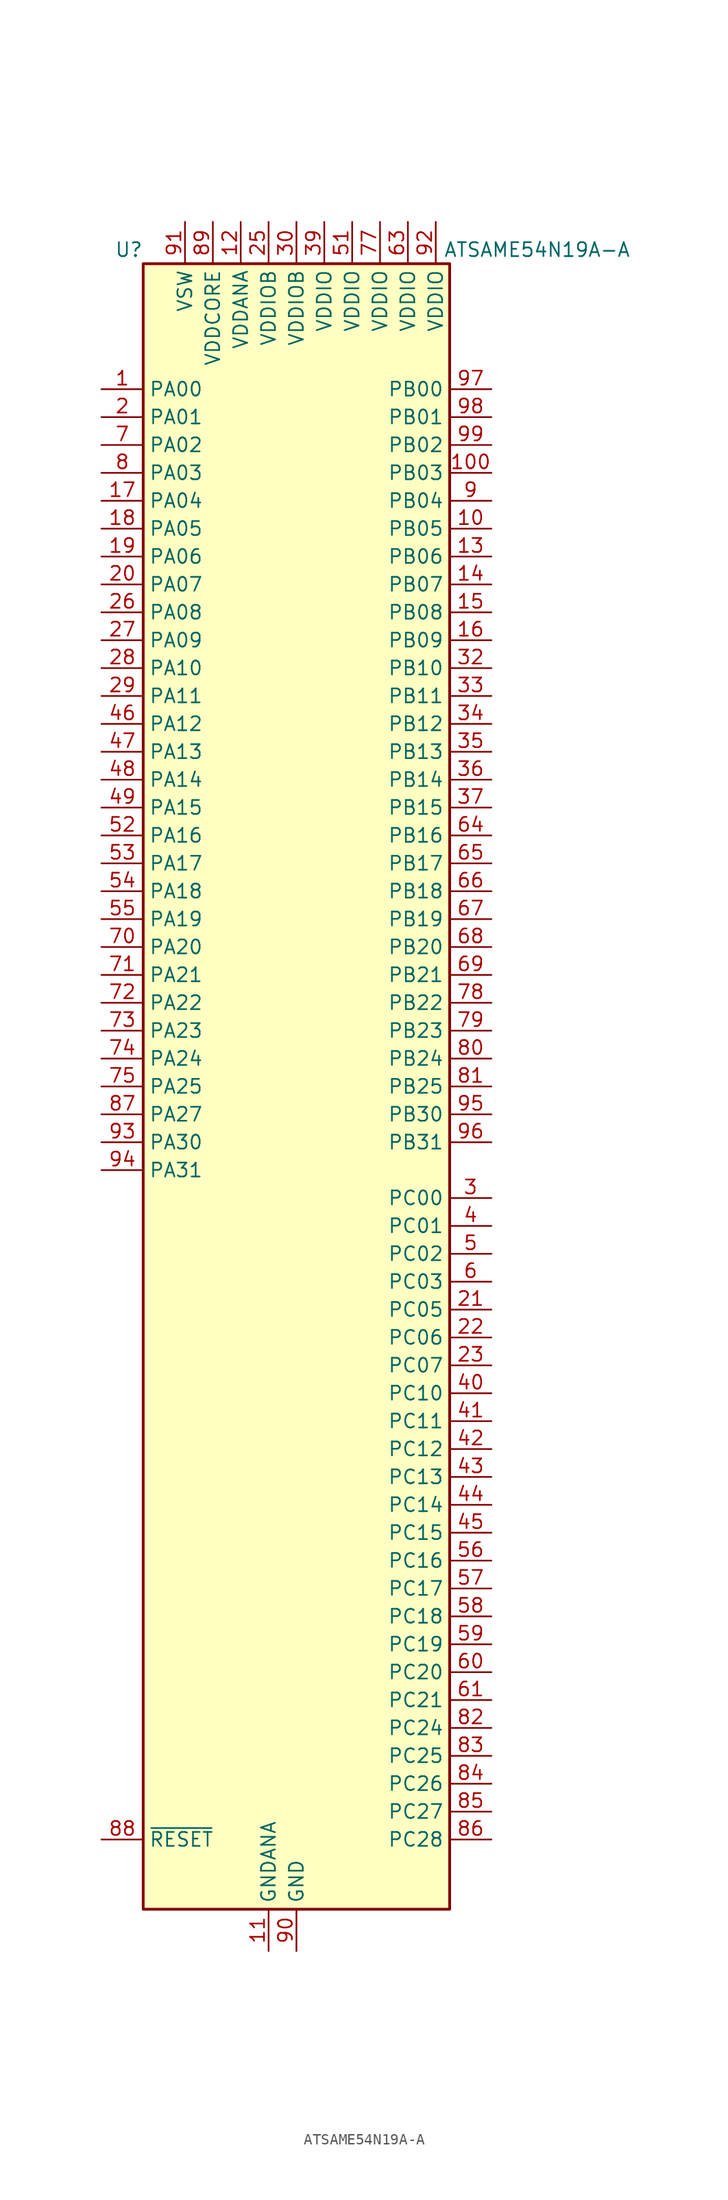
<source format=kicad_sym>
(kicad_symbol_lib
  (version 20241209)
  (generator "kicad_symbol_editor")
  (generator_version "9.0")
  (symbol "ATSAME54N19A-A"
    (property "Reference" "U"
      (at -13.97 76.2 0)
      (effects (font (size 1.27 1.27)) (justify right)))
    (property "Value" "ATSAME54N19A-A"
      (at 30.48 76.2 0)
      (effects (font (size 1.27 1.27)) (justify right)))
    (symbol "ATSAME54N19A-A_1_1"
      (rectangle (start -13.97 74.93) (end 13.97 -74.93) (stroke (width 0.254) (type default)) (fill (type background)))
      (pin bidirectional line (at -17.78 63.5 0) (length 3.81) (name "PA00" (effects (font (size 1.27 1.27)))) (number "1" (effects (font (size 1.27 1.27)))))
      (pin bidirectional line (at -17.78 60.96 0) (length 3.81) (name "PA01" (effects (font (size 1.27 1.27)))) (number "2" (effects (font (size 1.27 1.27)))))
      (pin bidirectional line (at -17.78 58.42 0) (length 3.81) (name "PA02" (effects (font (size 1.27 1.27)))) (number "7" (effects (font (size 1.27 1.27)))))
      (pin bidirectional line (at -17.78 55.88 0) (length 3.81) (name "PA03" (effects (font (size 1.27 1.27)))) (number "8" (effects (font (size 1.27 1.27)))))
      (pin bidirectional line (at -17.78 53.34 0) (length 3.81) (name "PA04" (effects (font (size 1.27 1.27)))) (number "17" (effects (font (size 1.27 1.27)))))
      (pin bidirectional line (at -17.78 50.8 0) (length 3.81) (name "PA05" (effects (font (size 1.27 1.27)))) (number "18" (effects (font (size 1.27 1.27)))))
      (pin bidirectional line (at -17.78 48.26 0) (length 3.81) (name "PA06" (effects (font (size 1.27 1.27)))) (number "19" (effects (font (size 1.27 1.27)))))
      (pin bidirectional line (at -17.78 45.72 0) (length 3.81) (name "PA07" (effects (font (size 1.27 1.27)))) (number "20" (effects (font (size 1.27 1.27)))))
      (pin bidirectional line (at -17.78 43.18 0) (length 3.81) (name "PA08" (effects (font (size 1.27 1.27)))) (number "26" (effects (font (size 1.27 1.27)))))
      (pin bidirectional line (at -17.78 40.64 0) (length 3.81) (name "PA09" (effects (font (size 1.27 1.27)))) (number "27" (effects (font (size 1.27 1.27)))))
      (pin bidirectional line (at -17.78 38.1 0) (length 3.81) (name "PA10" (effects (font (size 1.27 1.27)))) (number "28" (effects (font (size 1.27 1.27)))))
      (pin bidirectional line (at -17.78 35.56 0) (length 3.81) (name "PA11" (effects (font (size 1.27 1.27)))) (number "29" (effects (font (size 1.27 1.27)))))
      (pin bidirectional line (at -17.78 33.02 0) (length 3.81) (name "PA12" (effects (font (size 1.27 1.27)))) (number "46" (effects (font (size 1.27 1.27)))))
      (pin bidirectional line (at -17.78 30.48 0) (length 3.81) (name "PA13" (effects (font (size 1.27 1.27)))) (number "47" (effects (font (size 1.27 1.27)))))
      (pin bidirectional line (at -17.78 27.94 0) (length 3.81) (name "PA14" (effects (font (size 1.27 1.27)))) (number "48" (effects (font (size 1.27 1.27)))))
      (pin bidirectional line (at -17.78 25.4 0) (length 3.81) (name "PA15" (effects (font (size 1.27 1.27)))) (number "49" (effects (font (size 1.27 1.27)))))
      (pin bidirectional line (at -17.78 22.86 0) (length 3.81) (name "PA16" (effects (font (size 1.27 1.27)))) (number "52" (effects (font (size 1.27 1.27)))))
      (pin bidirectional line (at -17.78 20.32 0) (length 3.81) (name "PA17" (effects (font (size 1.27 1.27)))) (number "53" (effects (font (size 1.27 1.27)))))
      (pin bidirectional line (at -17.78 17.78 0) (length 3.81) (name "PA18" (effects (font (size 1.27 1.27)))) (number "54" (effects (font (size 1.27 1.27)))))
      (pin bidirectional line (at -17.78 15.24 0) (length 3.81) (name "PA19" (effects (font (size 1.27 1.27)))) (number "55" (effects (font (size 1.27 1.27)))))
      (pin bidirectional line (at -17.78 12.7 0) (length 3.81) (name "PA20" (effects (font (size 1.27 1.27)))) (number "70" (effects (font (size 1.27 1.27)))))
      (pin bidirectional line (at -17.78 10.16 0) (length 3.81) (name "PA21" (effects (font (size 1.27 1.27)))) (number "71" (effects (font (size 1.27 1.27)))))
      (pin bidirectional line (at -17.78 7.62 0) (length 3.81) (name "PA22" (effects (font (size 1.27 1.27)))) (number "72" (effects (font (size 1.27 1.27)))))
      (pin bidirectional line (at -17.78 5.08 0) (length 3.81) (name "PA23" (effects (font (size 1.27 1.27)))) (number "73" (effects (font (size 1.27 1.27)))))
      (pin bidirectional line (at -17.78 2.54 0) (length 3.81) (name "PA24" (effects (font (size 1.27 1.27)))) (number "74" (effects (font (size 1.27 1.27)))))
      (pin bidirectional line (at -17.78 0 0) (length 3.81) (name "PA25" (effects (font (size 1.27 1.27)))) (number "75" (effects (font (size 1.27 1.27)))))
      (pin bidirectional line (at -17.78 -2.54 0) (length 3.81) (name "PA27" (effects (font (size 1.27 1.27)))) (number "87" (effects (font (size 1.27 1.27)))))
      (pin bidirectional line (at -17.78 -5.08 0) (length 3.81) (name "PA30" (effects (font (size 1.27 1.27)))) (number "93" (effects (font (size 1.27 1.27)))))
      (pin bidirectional line (at -17.78 -7.62 0) (length 3.81) (name "PA31" (effects (font (size 1.27 1.27)))) (number "94" (effects (font (size 1.27 1.27)))))
      (pin input line (at -17.78 -68.58 0) (length 3.81) (name "~{RESET}" (effects (font (size 1.27 1.27)))) (number "88" (effects (font (size 1.27 1.27)))))
      (pin power_in line (at -10.16 78.74 270) (length 3.81) (name "VSW" (effects (font (size 1.27 1.27)))) (number "91" (effects (font (size 1.27 1.27)))))
      (pin power_out line (at -7.62 78.74 270) (length 3.81) (name "VDDCORE" (effects (font (size 1.27 1.27)))) (number "89" (effects (font (size 1.27 1.27)))))
      (pin power_in line (at -5.08 78.74 270) (length 3.81) (name "VDDANA" (effects (font (size 1.27 1.27)))) (number "12" (effects (font (size 1.27 1.27)))))
      (pin power_in line (at -2.54 78.74 270) (length 3.81) (name "VDDIOB" (effects (font (size 1.27 1.27)))) (number "25" (effects (font (size 1.27 1.27)))))
      (pin power_in line (at -2.54 -78.74 90) (length 3.81) (name "GNDANA" (effects (font (size 1.27 1.27)))) (number "11" (effects (font (size 1.27 1.27)))))
      (pin power_in line (at 0 78.74 270) (length 3.81) (name "VDDIOB" (effects (font (size 1.27 1.27)))) (number "30" (effects (font (size 1.27 1.27)))))
      (pin passive line (at 0 -78.74 90) (length 3.81) (hide yes) (name "GND" (effects (font (size 1.27 1.27)))) (number "24" (effects (font (size 1.27 1.27)))))
      (pin passive line (at 0 -78.74 90) (length 3.81) (hide yes) (name "GND" (effects (font (size 1.27 1.27)))) (number "31" (effects (font (size 1.27 1.27)))))
      (pin passive line (at 0 -78.74 90) (length 3.81) (hide yes) (name "GND" (effects (font (size 1.27 1.27)))) (number "38" (effects (font (size 1.27 1.27)))))
      (pin passive line (at 0 -78.74 90) (length 3.81) (hide yes) (name "GND" (effects (font (size 1.27 1.27)))) (number "50" (effects (font (size 1.27 1.27)))))
      (pin passive line (at 0 -78.74 90) (length 3.81) (hide yes) (name "GND" (effects (font (size 1.27 1.27)))) (number "62" (effects (font (size 1.27 1.27)))))
      (pin passive line (at 0 -78.74 90) (length 3.81) (hide yes) (name "GND" (effects (font (size 1.27 1.27)))) (number "76" (effects (font (size 1.27 1.27)))))
      (pin power_in line (at 0 -78.74 90) (length 3.81) (name "GND" (effects (font (size 1.27 1.27)))) (number "90" (effects (font (size 1.27 1.27)))))
      (pin power_in line (at 2.54 78.74 270) (length 3.81) (name "VDDIO" (effects (font (size 1.27 1.27)))) (number "39" (effects (font (size 1.27 1.27)))))
      (pin power_in line (at 5.08 78.74 270) (length 3.81) (name "VDDIO" (effects (font (size 1.27 1.27)))) (number "51" (effects (font (size 1.27 1.27)))))
      (pin power_in line (at 7.62 78.74 270) (length 3.81) (name "VDDIO" (effects (font (size 1.27 1.27)))) (number "77" (effects (font (size 1.27 1.27)))))
      (pin power_in line (at 10.16 78.74 270) (length 3.81) (name "VDDIO" (effects (font (size 1.27 1.27)))) (number "63" (effects (font (size 1.27 1.27)))))
      (pin power_in line (at 12.7 78.74 270) (length 3.81) (name "VDDIO" (effects (font (size 1.27 1.27)))) (number "92" (effects (font (size 1.27 1.27)))))
      (pin bidirectional line (at 17.78 63.5 180) (length 3.81) (name "PB00" (effects (font (size 1.27 1.27)))) (number "97" (effects (font (size 1.27 1.27)))))
      (pin bidirectional line (at 17.78 60.96 180) (length 3.81) (name "PB01" (effects (font (size 1.27 1.27)))) (number "98" (effects (font (size 1.27 1.27)))))
      (pin bidirectional line (at 17.78 58.42 180) (length 3.81) (name "PB02" (effects (font (size 1.27 1.27)))) (number "99" (effects (font (size 1.27 1.27)))))
      (pin bidirectional line (at 17.78 55.88 180) (length 3.81) (name "PB03" (effects (font (size 1.27 1.27)))) (number "100" (effects (font (size 1.27 1.27)))))
      (pin bidirectional line (at 17.78 53.34 180) (length 3.81) (name "PB04" (effects (font (size 1.27 1.27)))) (number "9" (effects (font (size 1.27 1.27)))))
      (pin bidirectional line (at 17.78 50.8 180) (length 3.81) (name "PB05" (effects (font (size 1.27 1.27)))) (number "10" (effects (font (size 1.27 1.27)))))
      (pin bidirectional line (at 17.78 48.26 180) (length 3.81) (name "PB06" (effects (font (size 1.27 1.27)))) (number "13" (effects (font (size 1.27 1.27)))))
      (pin bidirectional line (at 17.78 45.72 180) (length 3.81) (name "PB07" (effects (font (size 1.27 1.27)))) (number "14" (effects (font (size 1.27 1.27)))))
      (pin bidirectional line (at 17.78 43.18 180) (length 3.81) (name "PB08" (effects (font (size 1.27 1.27)))) (number "15" (effects (font (size 1.27 1.27)))))
      (pin bidirectional line (at 17.78 40.64 180) (length 3.81) (name "PB09" (effects (font (size 1.27 1.27)))) (number "16" (effects (font (size 1.27 1.27)))))
      (pin bidirectional line (at 17.78 38.1 180) (length 3.81) (name "PB10" (effects (font (size 1.27 1.27)))) (number "32" (effects (font (size 1.27 1.27)))))
      (pin bidirectional line (at 17.78 35.56 180) (length 3.81) (name "PB11" (effects (font (size 1.27 1.27)))) (number "33" (effects (font (size 1.27 1.27)))))
      (pin bidirectional line (at 17.78 33.02 180) (length 3.81) (name "PB12" (effects (font (size 1.27 1.27)))) (number "34" (effects (font (size 1.27 1.27)))))
      (pin bidirectional line (at 17.78 30.48 180) (length 3.81) (name "PB13" (effects (font (size 1.27 1.27)))) (number "35" (effects (font (size 1.27 1.27)))))
      (pin bidirectional line (at 17.78 27.94 180) (length 3.81) (name "PB14" (effects (font (size 1.27 1.27)))) (number "36" (effects (font (size 1.27 1.27)))))
      (pin bidirectional line (at 17.78 25.4 180) (length 3.81) (name "PB15" (effects (font (size 1.27 1.27)))) (number "37" (effects (font (size 1.27 1.27)))))
      (pin bidirectional line (at 17.78 22.86 180) (length 3.81) (name "PB16" (effects (font (size 1.27 1.27)))) (number "64" (effects (font (size 1.27 1.27)))))
      (pin bidirectional line (at 17.78 20.32 180) (length 3.81) (name "PB17" (effects (font (size 1.27 1.27)))) (number "65" (effects (font (size 1.27 1.27)))))
      (pin bidirectional line (at 17.78 17.78 180) (length 3.81) (name "PB18" (effects (font (size 1.27 1.27)))) (number "66" (effects (font (size 1.27 1.27)))))
      (pin bidirectional line (at 17.78 15.24 180) (length 3.81) (name "PB19" (effects (font (size 1.27 1.27)))) (number "67" (effects (font (size 1.27 1.27)))))
      (pin bidirectional line (at 17.78 12.7 180) (length 3.81) (name "PB20" (effects (font (size 1.27 1.27)))) (number "68" (effects (font (size 1.27 1.27)))))
      (pin bidirectional line (at 17.78 10.16 180) (length 3.81) (name "PB21" (effects (font (size 1.27 1.27)))) (number "69" (effects (font (size 1.27 1.27)))))
      (pin bidirectional line (at 17.78 7.62 180) (length 3.81) (name "PB22" (effects (font (size 1.27 1.27)))) (number "78" (effects (font (size 1.27 1.27)))))
      (pin bidirectional line (at 17.78 5.08 180) (length 3.81) (name "PB23" (effects (font (size 1.27 1.27)))) (number "79" (effects (font (size 1.27 1.27)))))
      (pin bidirectional line (at 17.78 2.54 180) (length 3.81) (name "PB24" (effects (font (size 1.27 1.27)))) (number "80" (effects (font (size 1.27 1.27)))))
      (pin bidirectional line (at 17.78 0 180) (length 3.81) (name "PB25" (effects (font (size 1.27 1.27)))) (number "81" (effects (font (size 1.27 1.27)))))
      (pin bidirectional line (at 17.78 -2.54 180) (length 3.81) (name "PB30" (effects (font (size 1.27 1.27)))) (number "95" (effects (font (size 1.27 1.27)))))
      (pin bidirectional line (at 17.78 -5.08 180) (length 3.81) (name "PB31" (effects (font (size 1.27 1.27)))) (number "96" (effects (font (size 1.27 1.27)))))
      (pin bidirectional line (at 17.78 -10.16 180) (length 3.81) (name "PC00" (effects (font (size 1.27 1.27)))) (number "3" (effects (font (size 1.27 1.27)))))
      (pin bidirectional line (at 17.78 -12.7 180) (length 3.81) (name "PC01" (effects (font (size 1.27 1.27)))) (number "4" (effects (font (size 1.27 1.27)))))
      (pin bidirectional line (at 17.78 -15.24 180) (length 3.81) (name "PC02" (effects (font (size 1.27 1.27)))) (number "5" (effects (font (size 1.27 1.27)))))
      (pin bidirectional line (at 17.78 -17.78 180) (length 3.81) (name "PC03" (effects (font (size 1.27 1.27)))) (number "6" (effects (font (size 1.27 1.27)))))
      (pin bidirectional line (at 17.78 -20.32 180) (length 3.81) (name "PC05" (effects (font (size 1.27 1.27)))) (number "21" (effects (font (size 1.27 1.27)))))
      (pin bidirectional line (at 17.78 -22.86 180) (length 3.81) (name "PC06" (effects (font (size 1.27 1.27)))) (number "22" (effects (font (size 1.27 1.27)))))
      (pin bidirectional line (at 17.78 -25.4 180) (length 3.81) (name "PC07" (effects (font (size 1.27 1.27)))) (number "23" (effects (font (size 1.27 1.27)))))
      (pin bidirectional line (at 17.78 -27.94 180) (length 3.81) (name "PC10" (effects (font (size 1.27 1.27)))) (number "40" (effects (font (size 1.27 1.27)))))
      (pin bidirectional line (at 17.78 -30.48 180) (length 3.81) (name "PC11" (effects (font (size 1.27 1.27)))) (number "41" (effects (font (size 1.27 1.27)))))
      (pin bidirectional line (at 17.78 -33.02 180) (length 3.81) (name "PC12" (effects (font (size 1.27 1.27)))) (number "42" (effects (font (size 1.27 1.27)))))
      (pin bidirectional line (at 17.78 -35.56 180) (length 3.81) (name "PC13" (effects (font (size 1.27 1.27)))) (number "43" (effects (font (size 1.27 1.27)))))
      (pin bidirectional line (at 17.78 -38.1 180) (length 3.81) (name "PC14" (effects (font (size 1.27 1.27)))) (number "44" (effects (font (size 1.27 1.27)))))
      (pin bidirectional line (at 17.78 -40.64 180) (length 3.81) (name "PC15" (effects (font (size 1.27 1.27)))) (number "45" (effects (font (size 1.27 1.27)))))
      (pin bidirectional line (at 17.78 -43.18 180) (length 3.81) (name "PC16" (effects (font (size 1.27 1.27)))) (number "56" (effects (font (size 1.27 1.27)))))
      (pin bidirectional line (at 17.78 -45.72 180) (length 3.81) (name "PC17" (effects (font (size 1.27 1.27)))) (number "57" (effects (font (size 1.27 1.27)))))
      (pin bidirectional line (at 17.78 -48.26 180) (length 3.81) (name "PC18" (effects (font (size 1.27 1.27)))) (number "58" (effects (font (size 1.27 1.27)))))
      (pin bidirectional line (at 17.78 -50.8 180) (length 3.81) (name "PC19" (effects (font (size 1.27 1.27)))) (number "59" (effects (font (size 1.27 1.27)))))
      (pin bidirectional line (at 17.78 -53.34 180) (length 3.81) (name "PC20" (effects (font (size 1.27 1.27)))) (number "60" (effects (font (size 1.27 1.27)))))
      (pin bidirectional line (at 17.78 -55.88 180) (length 3.81) (name "PC21" (effects (font (size 1.27 1.27)))) (number "61" (effects (font (size 1.27 1.27)))))
      (pin bidirectional line (at 17.78 -58.42 180) (length 3.81) (name "PC24" (effects (font (size 1.27 1.27)))) (number "82" (effects (font (size 1.27 1.27)))))
      (pin bidirectional line (at 17.78 -60.96 180) (length 3.81) (name "PC25" (effects (font (size 1.27 1.27)))) (number "83" (effects (font (size 1.27 1.27)))))
      (pin bidirectional line (at 17.78 -63.5 180) (length 3.81) (name "PC26" (effects (font (size 1.27 1.27)))) (number "84" (effects (font (size 1.27 1.27)))))
      (pin bidirectional line (at 17.78 -66.04 180) (length 3.81) (name "PC27" (effects (font (size 1.27 1.27)))) (number "85" (effects (font (size 1.27 1.27)))))
      (pin bidirectional line (at 17.78 -68.58 180) (length 3.81) (name "PC28" (effects (font (size 1.27 1.27)))) (number "86" (effects (font (size 1.27 1.27))))))))
</source>
